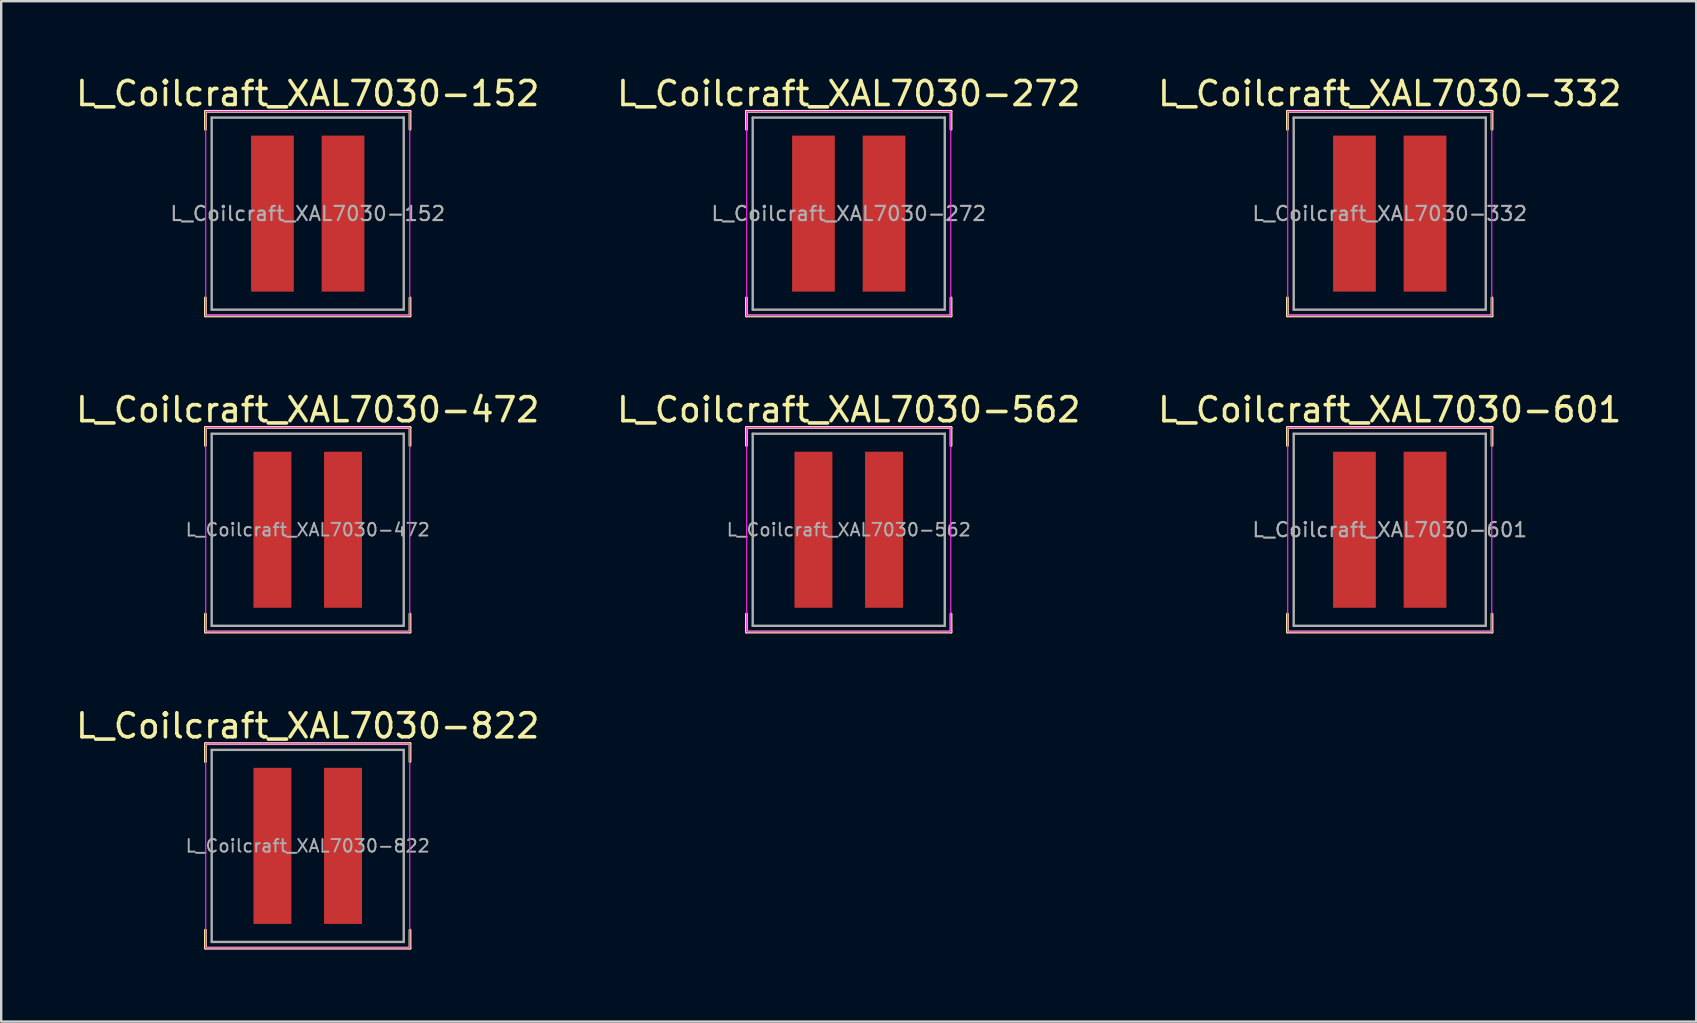
<source format=kicad_pcb>
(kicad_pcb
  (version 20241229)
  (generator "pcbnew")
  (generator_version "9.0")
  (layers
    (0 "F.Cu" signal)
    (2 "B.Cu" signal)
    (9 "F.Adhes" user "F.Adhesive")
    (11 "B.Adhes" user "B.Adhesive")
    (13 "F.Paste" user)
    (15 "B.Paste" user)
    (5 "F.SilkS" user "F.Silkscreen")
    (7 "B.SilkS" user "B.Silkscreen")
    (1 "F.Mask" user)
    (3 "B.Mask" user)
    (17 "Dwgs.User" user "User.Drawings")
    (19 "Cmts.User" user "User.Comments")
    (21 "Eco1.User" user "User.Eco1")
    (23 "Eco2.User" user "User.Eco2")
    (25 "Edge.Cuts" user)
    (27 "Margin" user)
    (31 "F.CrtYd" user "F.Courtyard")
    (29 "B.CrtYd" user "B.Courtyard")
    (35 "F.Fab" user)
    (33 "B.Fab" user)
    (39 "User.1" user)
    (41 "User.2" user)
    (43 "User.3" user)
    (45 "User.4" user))
  (footprint "L_Coilcraft_XAL7030-272"
    (layer "F.Cu")
    (at 32.304 5.848)
    (property "Reference" "L_Coilcraft_XAL7030-272" (at 0 -5 0) (layer "F.SilkS") (effects (font (size 1 1) (thickness 0.15))))
    (attr smd)
    (fp_line (start -4.26 -4.26) (end -4.26 -3.51) (stroke (width 0.12) (type solid)) (layer "F.SilkS"))
    (fp_line (start -4.26 -4.26) (end 4.26 -4.26) (stroke (width 0.12) (type solid)) (layer "F.SilkS"))
    (fp_line (start -4.26 4.26) (end -4.26 3.51) (stroke (width 0.12) (type solid)) (layer "F.SilkS"))
    (fp_line (start -4.26 4.26) (end 4.26 4.26) (stroke (width 0.12) (type solid)) (layer "F.SilkS"))
    (fp_line (start 4.26 -4.26) (end 4.26 -3.51) (stroke (width 0.12) (type solid)) (layer "F.SilkS"))
    (fp_line (start 4.26 4.26) (end 4.26 3.51) (stroke (width 0.12) (type solid)) (layer "F.SilkS"))
    (fp_line (start -4.25 -4.25) (end -4.25 4.25) (stroke (width 0.05) (type solid)) (layer "F.CrtYd"))
    (fp_line (start -4.25 4.25) (end 4.25 4.25) (stroke (width 0.05) (type solid)) (layer "F.CrtYd"))
    (fp_line (start 4.25 -4.25) (end -4.25 -4.25) (stroke (width 0.05) (type solid)) (layer "F.CrtYd"))
    (fp_line (start 4.25 4.25) (end 4.25 -4.25) (stroke (width 0.05) (type solid)) (layer "F.CrtYd"))
    (fp_line (start -4 -4) (end -4 4) (stroke (width 0.1) (type solid)) (layer "F.Fab"))
    (fp_line (start -4 4) (end 4 4) (stroke (width 0.1) (type solid)) (layer "F.Fab"))
    (fp_line (start 4 -4) (end -4 -4) (stroke (width 0.1) (type solid)) (layer "F.Fab"))
    (fp_line (start 4 4) (end 4 -4) (stroke (width 0.1) (type solid)) (layer "F.Fab"))
    (fp_text user "${REFERENCE}" (at 0 0 0) (layer "F.Fab") (effects (font (size 0.593 0.593) (thickness 0.089))))
    (pad "1" smd rect (at -1.47 0) (size 1.78 6.5) (layers "F.Cu" "F.Mask" "F.Paste"))
    (pad "2" smd rect (at 1.47 0) (size 1.78 6.5) (layers "F.Cu" "F.Mask" "F.Paste")))
  (footprint "L_Coilcraft_XAL7030-601"
    (layer "F.Cu")
    (at 54.839 19.017)
    (property "Reference" "L_Coilcraft_XAL7030-601" (at 0 -5 0) (layer "F.SilkS") (effects (font (size 1 1) (thickness 0.15))))
    (attr smd)
    (fp_line (start -4.26 -4.26) (end -4.26 -3.51) (stroke (width 0.12) (type solid)) (layer "F.SilkS"))
    (fp_line (start -4.26 -4.26) (end 4.26 -4.26) (stroke (width 0.12) (type solid)) (layer "F.SilkS"))
    (fp_line (start -4.26 4.26) (end -4.26 3.51) (stroke (width 0.12) (type solid)) (layer "F.SilkS"))
    (fp_line (start -4.26 4.26) (end 4.26 4.26) (stroke (width 0.12) (type solid)) (layer "F.SilkS"))
    (fp_line (start 4.26 -4.26) (end 4.26 -3.51) (stroke (width 0.12) (type solid)) (layer "F.SilkS"))
    (fp_line (start 4.26 4.26) (end 4.26 3.51) (stroke (width 0.12) (type solid)) (layer "F.SilkS"))
    (fp_line (start -4.25 -4.25) (end -4.25 4.25) (stroke (width 0.05) (type solid)) (layer "F.CrtYd"))
    (fp_line (start -4.25 4.25) (end 4.25 4.25) (stroke (width 0.05) (type solid)) (layer "F.CrtYd"))
    (fp_line (start 4.25 -4.25) (end -4.25 -4.25) (stroke (width 0.05) (type solid)) (layer "F.CrtYd"))
    (fp_line (start 4.25 4.25) (end 4.25 -4.25) (stroke (width 0.05) (type solid)) (layer "F.CrtYd"))
    (fp_line (start -4 -4) (end -4 4) (stroke (width 0.1) (type solid)) (layer "F.Fab"))
    (fp_line (start -4 4) (end 4 4) (stroke (width 0.1) (type solid)) (layer "F.Fab"))
    (fp_line (start 4 -4) (end -4 -4) (stroke (width 0.1) (type solid)) (layer "F.Fab"))
    (fp_line (start 4 4) (end 4 -4) (stroke (width 0.1) (type solid)) (layer "F.Fab"))
    (fp_text user "${REFERENCE}" (at 0 0 0) (layer "F.Fab") (effects (font (size 0.593 0.593) (thickness 0.089))))
    (pad "1" smd rect (at -1.47 0) (size 1.78 6.5) (layers "F.Cu" "F.Mask" "F.Paste"))
    (pad "2" smd rect (at 1.47 0) (size 1.78 6.5) (layers "F.Cu" "F.Mask" "F.Paste")))
  (footprint "L_Coilcraft_XAL7030-472"
    (layer "F.Cu")
    (at 9.768 19.017)
    (property "Reference" "L_Coilcraft_XAL7030-472" (at 0 -5 0) (layer "F.SilkS") (effects (font (size 1 1) (thickness 0.15))))
    (attr smd)
    (fp_line (start -4.26 -4.26) (end -4.26 -3.51) (stroke (width 0.12) (type solid)) (layer "F.SilkS"))
    (fp_line (start -4.26 -4.26) (end 4.26 -4.26) (stroke (width 0.12) (type solid)) (layer "F.SilkS"))
    (fp_line (start -4.26 4.26) (end -4.26 3.51) (stroke (width 0.12) (type solid)) (layer "F.SilkS"))
    (fp_line (start -4.26 4.26) (end 4.26 4.26) (stroke (width 0.12) (type solid)) (layer "F.SilkS"))
    (fp_line (start 4.26 -4.26) (end 4.26 -3.51) (stroke (width 0.12) (type solid)) (layer "F.SilkS"))
    (fp_line (start 4.26 4.26) (end 4.26 3.51) (stroke (width 0.12) (type solid)) (layer "F.SilkS"))
    (fp_line (start -4.25 -4.25) (end -4.25 4.25) (stroke (width 0.05) (type solid)) (layer "F.CrtYd"))
    (fp_line (start -4.25 4.25) (end 4.25 4.25) (stroke (width 0.05) (type solid)) (layer "F.CrtYd"))
    (fp_line (start 4.25 -4.25) (end -4.25 -4.25) (stroke (width 0.05) (type solid)) (layer "F.CrtYd"))
    (fp_line (start 4.25 4.25) (end 4.25 -4.25) (stroke (width 0.05) (type solid)) (layer "F.CrtYd"))
    (fp_line (start -4 -4) (end -4 4) (stroke (width 0.1) (type solid)) (layer "F.Fab"))
    (fp_line (start -4 4) (end 4 4) (stroke (width 0.1) (type solid)) (layer "F.Fab"))
    (fp_line (start 4 -4) (end -4 -4) (stroke (width 0.1) (type solid)) (layer "F.Fab"))
    (fp_line (start 4 4) (end 4 -4) (stroke (width 0.1) (type solid)) (layer "F.Fab"))
    (fp_text user "${REFERENCE}" (at 0 0 0) (layer "F.Fab") (effects (font (size 0.527 0.527) (thickness 0.079))))
    (pad "1" smd rect (at -1.47 0) (size 1.58 6.5) (layers "F.Cu" "F.Mask" "F.Paste"))
    (pad "2" smd rect (at 1.47 0) (size 1.58 6.5) (layers "F.Cu" "F.Mask" "F.Paste")))
  (footprint "L_Coilcraft_XAL7030-562"
    (layer "F.Cu")
    (at 32.304 19.017)
    (property "Reference" "L_Coilcraft_XAL7030-562" (at 0 -5 0) (layer "F.SilkS") (effects (font (size 1 1) (thickness 0.15))))
    (attr smd)
    (fp_line (start -4.26 -4.26) (end -4.26 -3.51) (stroke (width 0.12) (type solid)) (layer "F.SilkS"))
    (fp_line (start -4.26 -4.26) (end 4.26 -4.26) (stroke (width 0.12) (type solid)) (layer "F.SilkS"))
    (fp_line (start -4.26 4.26) (end -4.26 3.51) (stroke (width 0.12) (type solid)) (layer "F.SilkS"))
    (fp_line (start -4.26 4.26) (end 4.26 4.26) (stroke (width 0.12) (type solid)) (layer "F.SilkS"))
    (fp_line (start 4.26 -4.26) (end 4.26 -3.51) (stroke (width 0.12) (type solid)) (layer "F.SilkS"))
    (fp_line (start 4.26 4.26) (end 4.26 3.51) (stroke (width 0.12) (type solid)) (layer "F.SilkS"))
    (fp_line (start -4.25 -4.25) (end -4.25 4.25) (stroke (width 0.05) (type solid)) (layer "F.CrtYd"))
    (fp_line (start -4.25 4.25) (end 4.25 4.25) (stroke (width 0.05) (type solid)) (layer "F.CrtYd"))
    (fp_line (start 4.25 -4.25) (end -4.25 -4.25) (stroke (width 0.05) (type solid)) (layer "F.CrtYd"))
    (fp_line (start 4.25 4.25) (end 4.25 -4.25) (stroke (width 0.05) (type solid)) (layer "F.CrtYd"))
    (fp_line (start -4 -4) (end -4 4) (stroke (width 0.1) (type solid)) (layer "F.Fab"))
    (fp_line (start -4 4) (end 4 4) (stroke (width 0.1) (type solid)) (layer "F.Fab"))
    (fp_line (start 4 -4) (end -4 -4) (stroke (width 0.1) (type solid)) (layer "F.Fab"))
    (fp_line (start 4 4) (end 4 -4) (stroke (width 0.1) (type solid)) (layer "F.Fab"))
    (fp_text user "${REFERENCE}" (at 0 0 0) (layer "F.Fab") (effects (font (size 0.527 0.527) (thickness 0.079))))
    (pad "1" smd rect (at -1.47 0) (size 1.58 6.5) (layers "F.Cu" "F.Mask" "F.Paste"))
    (pad "2" smd rect (at 1.47 0) (size 1.58 6.5) (layers "F.Cu" "F.Mask" "F.Paste")))
  (footprint "L_Coilcraft_XAL7030-822"
    (layer "F.Cu")
    (at 9.768 32.185)
    (property "Reference" "L_Coilcraft_XAL7030-822" (at 0 -5 0) (layer "F.SilkS") (effects (font (size 1 1) (thickness 0.15))))
    (attr smd)
    (fp_line (start -4.26 -4.26) (end -4.26 -3.51) (stroke (width 0.12) (type solid)) (layer "F.SilkS"))
    (fp_line (start -4.26 -4.26) (end 4.26 -4.26) (stroke (width 0.12) (type solid)) (layer "F.SilkS"))
    (fp_line (start -4.26 4.26) (end -4.26 3.51) (stroke (width 0.12) (type solid)) (layer "F.SilkS"))
    (fp_line (start -4.26 4.26) (end 4.26 4.26) (stroke (width 0.12) (type solid)) (layer "F.SilkS"))
    (fp_line (start 4.26 -4.26) (end 4.26 -3.51) (stroke (width 0.12) (type solid)) (layer "F.SilkS"))
    (fp_line (start 4.26 4.26) (end 4.26 3.51) (stroke (width 0.12) (type solid)) (layer "F.SilkS"))
    (fp_line (start -4.25 -4.25) (end -4.25 4.25) (stroke (width 0.05) (type solid)) (layer "F.CrtYd"))
    (fp_line (start -4.25 4.25) (end 4.25 4.25) (stroke (width 0.05) (type solid)) (layer "F.CrtYd"))
    (fp_line (start 4.25 -4.25) (end -4.25 -4.25) (stroke (width 0.05) (type solid)) (layer "F.CrtYd"))
    (fp_line (start 4.25 4.25) (end 4.25 -4.25) (stroke (width 0.05) (type solid)) (layer "F.CrtYd"))
    (fp_line (start -4 -4) (end -4 4) (stroke (width 0.1) (type solid)) (layer "F.Fab"))
    (fp_line (start -4 4) (end 4 4) (stroke (width 0.1) (type solid)) (layer "F.Fab"))
    (fp_line (start 4 -4) (end -4 -4) (stroke (width 0.1) (type solid)) (layer "F.Fab"))
    (fp_line (start 4 4) (end 4 -4) (stroke (width 0.1) (type solid)) (layer "F.Fab"))
    (fp_text user "${REFERENCE}" (at 0 0 0) (layer "F.Fab") (effects (font (size 0.527 0.527) (thickness 0.079))))
    (pad "1" smd rect (at -1.47 0) (size 1.58 6.5) (layers "F.Cu" "F.Mask" "F.Paste"))
    (pad "2" smd rect (at 1.47 0) (size 1.58 6.5) (layers "F.Cu" "F.Mask" "F.Paste")))
  (footprint "L_Coilcraft_XAL7030-332"
    (layer "F.Cu")
    (at 54.839 5.848)
    (property "Reference" "L_Coilcraft_XAL7030-332" (at 0 -5 0) (layer "F.SilkS") (effects (font (size 1 1) (thickness 0.15))))
    (attr smd)
    (fp_line (start -4.26 -4.26) (end -4.26 -3.51) (stroke (width 0.12) (type solid)) (layer "F.SilkS"))
    (fp_line (start -4.26 -4.26) (end 4.26 -4.26) (stroke (width 0.12) (type solid)) (layer "F.SilkS"))
    (fp_line (start -4.26 4.26) (end -4.26 3.51) (stroke (width 0.12) (type solid)) (layer "F.SilkS"))
    (fp_line (start -4.26 4.26) (end 4.26 4.26) (stroke (width 0.12) (type solid)) (layer "F.SilkS"))
    (fp_line (start 4.26 -4.26) (end 4.26 -3.51) (stroke (width 0.12) (type solid)) (layer "F.SilkS"))
    (fp_line (start 4.26 4.26) (end 4.26 3.51) (stroke (width 0.12) (type solid)) (layer "F.SilkS"))
    (fp_line (start -4.25 -4.25) (end -4.25 4.25) (stroke (width 0.05) (type solid)) (layer "F.CrtYd"))
    (fp_line (start -4.25 4.25) (end 4.25 4.25) (stroke (width 0.05) (type solid)) (layer "F.CrtYd"))
    (fp_line (start 4.25 -4.25) (end -4.25 -4.25) (stroke (width 0.05) (type solid)) (layer "F.CrtYd"))
    (fp_line (start 4.25 4.25) (end 4.25 -4.25) (stroke (width 0.05) (type solid)) (layer "F.CrtYd"))
    (fp_line (start -4 -4) (end -4 4) (stroke (width 0.1) (type solid)) (layer "F.Fab"))
    (fp_line (start -4 4) (end 4 4) (stroke (width 0.1) (type solid)) (layer "F.Fab"))
    (fp_line (start 4 -4) (end -4 -4) (stroke (width 0.1) (type solid)) (layer "F.Fab"))
    (fp_line (start 4 4) (end 4 -4) (stroke (width 0.1) (type solid)) (layer "F.Fab"))
    (fp_text user "${REFERENCE}" (at 0 0 0) (layer "F.Fab") (effects (font (size 0.593 0.593) (thickness 0.089))))
    (pad "1" smd rect (at -1.47 0) (size 1.78 6.5) (layers "F.Cu" "F.Mask" "F.Paste"))
    (pad "2" smd rect (at 1.47 0) (size 1.78 6.5) (layers "F.Cu" "F.Mask" "F.Paste")))
  (footprint "L_Coilcraft_XAL7030-152"
    (layer "F.Cu")
    (at 9.768 5.848)
    (property "Reference" "L_Coilcraft_XAL7030-152" (at 0 -5 0) (layer "F.SilkS") (effects (font (size 1 1) (thickness 0.15))))
    (attr smd)
    (fp_line (start -4.26 -4.26) (end -4.26 -3.51) (stroke (width 0.12) (type solid)) (layer "F.SilkS"))
    (fp_line (start -4.26 -4.26) (end 4.26 -4.26) (stroke (width 0.12) (type solid)) (layer "F.SilkS"))
    (fp_line (start -4.26 4.26) (end -4.26 3.51) (stroke (width 0.12) (type solid)) (layer "F.SilkS"))
    (fp_line (start -4.26 4.26) (end 4.26 4.26) (stroke (width 0.12) (type solid)) (layer "F.SilkS"))
    (fp_line (start 4.26 -4.26) (end 4.26 -3.51) (stroke (width 0.12) (type solid)) (layer "F.SilkS"))
    (fp_line (start 4.26 4.26) (end 4.26 3.51) (stroke (width 0.12) (type solid)) (layer "F.SilkS"))
    (fp_line (start -4.25 -4.25) (end -4.25 4.25) (stroke (width 0.05) (type solid)) (layer "F.CrtYd"))
    (fp_line (start -4.25 4.25) (end 4.25 4.25) (stroke (width 0.05) (type solid)) (layer "F.CrtYd"))
    (fp_line (start 4.25 -4.25) (end -4.25 -4.25) (stroke (width 0.05) (type solid)) (layer "F.CrtYd"))
    (fp_line (start 4.25 4.25) (end 4.25 -4.25) (stroke (width 0.05) (type solid)) (layer "F.CrtYd"))
    (fp_line (start -4 -4) (end -4 4) (stroke (width 0.1) (type solid)) (layer "F.Fab"))
    (fp_line (start -4 4) (end 4 4) (stroke (width 0.1) (type solid)) (layer "F.Fab"))
    (fp_line (start 4 -4) (end -4 -4) (stroke (width 0.1) (type solid)) (layer "F.Fab"))
    (fp_line (start 4 4) (end 4 -4) (stroke (width 0.1) (type solid)) (layer "F.Fab"))
    (fp_text user "${REFERENCE}" (at 0 0 0) (layer "F.Fab") (effects (font (size 0.593 0.593) (thickness 0.089))))
    (pad "1" smd rect (at -1.47 0) (size 1.78 6.5) (layers "F.Cu" "F.Mask" "F.Paste"))
    (pad "2" smd rect (at 1.47 0) (size 1.78 6.5) (layers "F.Cu" "F.Mask" "F.Paste")))
  (gr_rect
    (start -3 -3)
    (end 67.607 39.505)
    (stroke (width 0.1) (type default))
    (fill no)
    (layer "Edge.Cuts")))
</source>
